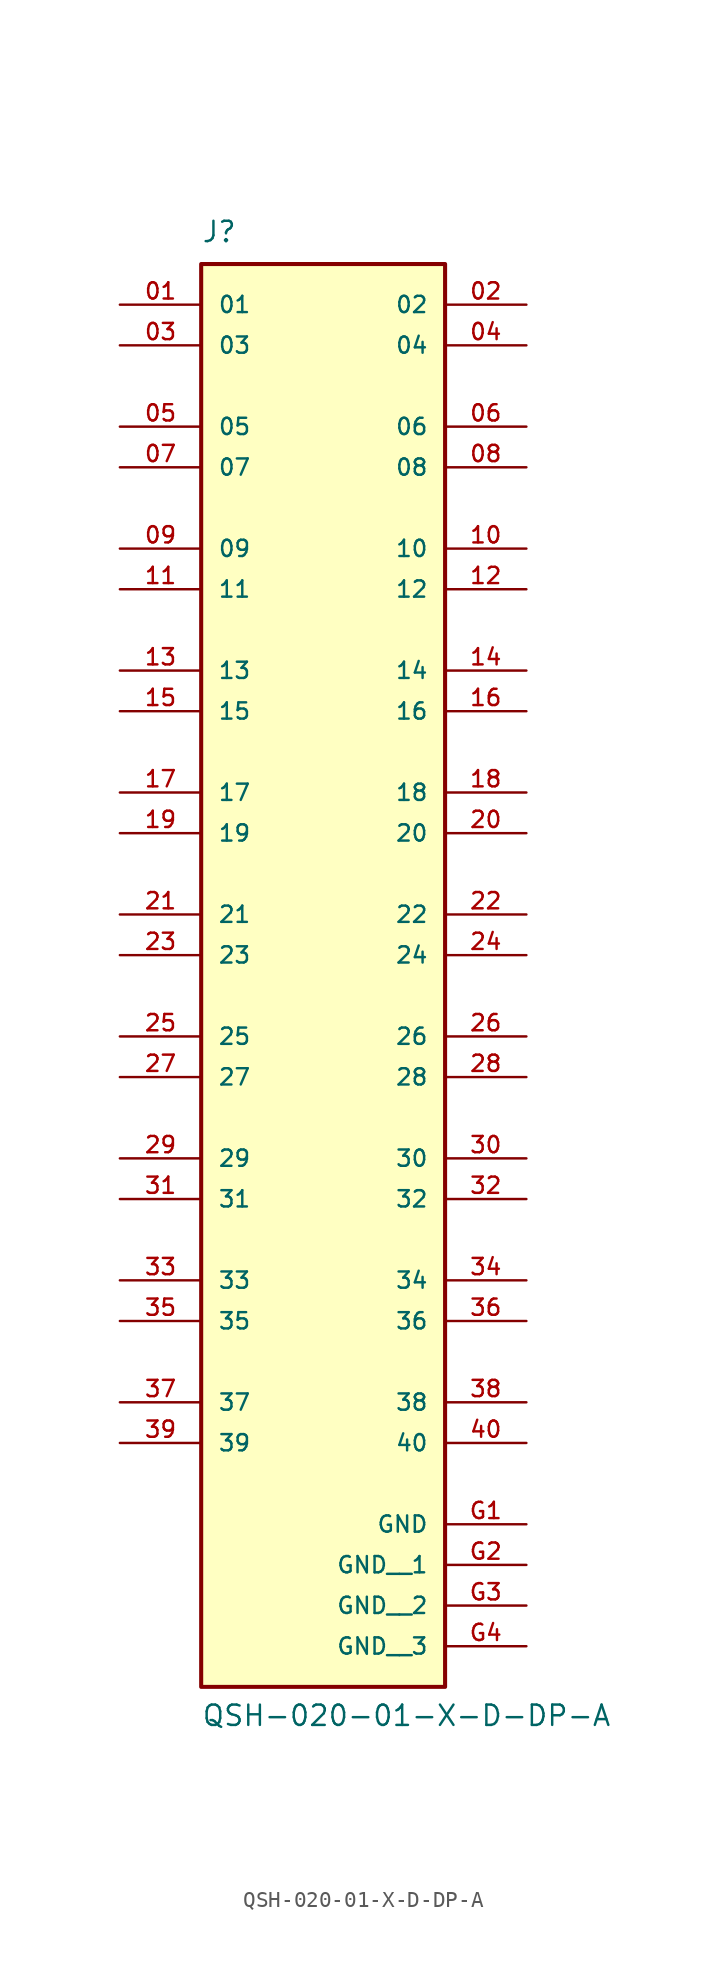
<source format=kicad_sym>
(kicad_symbol_lib
  (version 20211014)
  (generator kicad_symbol_editor)
  (symbol "QSH-020-01-X-D-DP-A"
    (pin_names
      (offset 1.016))
    (property "Reference" "J"
      (at -7.62 41.91 0)
      (effects (font (size 1.27 1.27)) (justify bottom left)))
    (property "Value" "QSH-020-01-X-D-DP-A"
      (at -7.62 -50.8 0)
      (effects (font (size 1.27 1.27)) (justify bottom left)))
    (symbol "QSH-020-01-X-D-DP-A_0_0"
      (rectangle (start -7.62 -48.26) (end 7.62 40.64) (stroke (width 0.254)) (fill (type background)))
      (pin passive line (at -12.7 38.1 0) (length 5.08) (name "01" (effects (font (size 1.016 1.016)))) (number "01" (effects (font (size 1.016 1.016)))))
      (pin passive line (at 12.7 38.1 180.0) (length 5.08) (name "02" (effects (font (size 1.016 1.016)))) (number "02" (effects (font (size 1.016 1.016)))))
      (pin passive line (at -12.7 35.56 0) (length 5.08) (name "03" (effects (font (size 1.016 1.016)))) (number "03" (effects (font (size 1.016 1.016)))))
      (pin passive line (at 12.7 35.56 180.0) (length 5.08) (name "04" (effects (font (size 1.016 1.016)))) (number "04" (effects (font (size 1.016 1.016)))))
      (pin power_in line (at 12.7 -38.1 180.0) (length 5.08) (name "GND" (effects (font (size 1.016 1.016)))) (number "G1" (effects (font (size 1.016 1.016)))))
      (pin passive line (at -12.7 30.48 0) (length 5.08) (name "05" (effects (font (size 1.016 1.016)))) (number "05" (effects (font (size 1.016 1.016)))))
      (pin passive line (at 12.7 30.48 180.0) (length 5.08) (name "06" (effects (font (size 1.016 1.016)))) (number "06" (effects (font (size 1.016 1.016)))))
      (pin passive line (at -12.7 27.94 0) (length 5.08) (name "07" (effects (font (size 1.016 1.016)))) (number "07" (effects (font (size 1.016 1.016)))))
      (pin passive line (at 12.7 27.94 180.0) (length 5.08) (name "08" (effects (font (size 1.016 1.016)))) (number "08" (effects (font (size 1.016 1.016)))))
      (pin passive line (at -12.7 22.86 0) (length 5.08) (name "09" (effects (font (size 1.016 1.016)))) (number "09" (effects (font (size 1.016 1.016)))))
      (pin passive line (at 12.7 22.86 180.0) (length 5.08) (name "10" (effects (font (size 1.016 1.016)))) (number "10" (effects (font (size 1.016 1.016)))))
      (pin passive line (at -12.7 20.32 0) (length 5.08) (name "11" (effects (font (size 1.016 1.016)))) (number "11" (effects (font (size 1.016 1.016)))))
      (pin passive line (at 12.7 20.32 180.0) (length 5.08) (name "12" (effects (font (size 1.016 1.016)))) (number "12" (effects (font (size 1.016 1.016)))))
      (pin passive line (at -12.7 15.24 0) (length 5.08) (name "13" (effects (font (size 1.016 1.016)))) (number "13" (effects (font (size 1.016 1.016)))))
      (pin passive line (at 12.7 15.24 180.0) (length 5.08) (name "14" (effects (font (size 1.016 1.016)))) (number "14" (effects (font (size 1.016 1.016)))))
      (pin passive line (at -12.7 12.7 0) (length 5.08) (name "15" (effects (font (size 1.016 1.016)))) (number "15" (effects (font (size 1.016 1.016)))))
      (pin passive line (at 12.7 12.7 180.0) (length 5.08) (name "16" (effects (font (size 1.016 1.016)))) (number "16" (effects (font (size 1.016 1.016)))))
      (pin passive line (at -12.7 7.62 0) (length 5.08) (name "17" (effects (font (size 1.016 1.016)))) (number "17" (effects (font (size 1.016 1.016)))))
      (pin passive line (at 12.7 7.62 180.0) (length 5.08) (name "18" (effects (font (size 1.016 1.016)))) (number "18" (effects (font (size 1.016 1.016)))))
      (pin passive line (at -12.7 5.08 0) (length 5.08) (name "19" (effects (font (size 1.016 1.016)))) (number "19" (effects (font (size 1.016 1.016)))))
      (pin passive line (at 12.7 5.08 180.0) (length 5.08) (name "20" (effects (font (size 1.016 1.016)))) (number "20" (effects (font (size 1.016 1.016)))))
      (pin passive line (at -12.7 0.0 0) (length 5.08) (name "21" (effects (font (size 1.016 1.016)))) (number "21" (effects (font (size 1.016 1.016)))))
      (pin passive line (at 12.7 0.0 180.0) (length 5.08) (name "22" (effects (font (size 1.016 1.016)))) (number "22" (effects (font (size 1.016 1.016)))))
      (pin passive line (at -12.7 -2.54 0) (length 5.08) (name "23" (effects (font (size 1.016 1.016)))) (number "23" (effects (font (size 1.016 1.016)))))
      (pin passive line (at 12.7 -2.54 180.0) (length 5.08) (name "24" (effects (font (size 1.016 1.016)))) (number "24" (effects (font (size 1.016 1.016)))))
      (pin passive line (at -12.7 -7.62 0) (length 5.08) (name "25" (effects (font (size 1.016 1.016)))) (number "25" (effects (font (size 1.016 1.016)))))
      (pin passive line (at 12.7 -7.62 180.0) (length 5.08) (name "26" (effects (font (size 1.016 1.016)))) (number "26" (effects (font (size 1.016 1.016)))))
      (pin passive line (at -12.7 -10.16 0) (length 5.08) (name "27" (effects (font (size 1.016 1.016)))) (number "27" (effects (font (size 1.016 1.016)))))
      (pin passive line (at 12.7 -10.16 180.0) (length 5.08) (name "28" (effects (font (size 1.016 1.016)))) (number "28" (effects (font (size 1.016 1.016)))))
      (pin passive line (at -12.7 -15.24 0) (length 5.08) (name "29" (effects (font (size 1.016 1.016)))) (number "29" (effects (font (size 1.016 1.016)))))
      (pin passive line (at 12.7 -15.24 180.0) (length 5.08) (name "30" (effects (font (size 1.016 1.016)))) (number "30" (effects (font (size 1.016 1.016)))))
      (pin passive line (at -12.7 -17.78 0) (length 5.08) (name "31" (effects (font (size 1.016 1.016)))) (number "31" (effects (font (size 1.016 1.016)))))
      (pin passive line (at 12.7 -17.78 180.0) (length 5.08) (name "32" (effects (font (size 1.016 1.016)))) (number "32" (effects (font (size 1.016 1.016)))))
      (pin passive line (at -12.7 -22.86 0) (length 5.08) (name "33" (effects (font (size 1.016 1.016)))) (number "33" (effects (font (size 1.016 1.016)))))
      (pin passive line (at 12.7 -22.86 180.0) (length 5.08) (name "34" (effects (font (size 1.016 1.016)))) (number "34" (effects (font (size 1.016 1.016)))))
      (pin passive line (at -12.7 -25.4 0) (length 5.08) (name "35" (effects (font (size 1.016 1.016)))) (number "35" (effects (font (size 1.016 1.016)))))
      (pin passive line (at 12.7 -25.4 180.0) (length 5.08) (name "36" (effects (font (size 1.016 1.016)))) (number "36" (effects (font (size 1.016 1.016)))))
      (pin passive line (at -12.7 -30.48 0) (length 5.08) (name "37" (effects (font (size 1.016 1.016)))) (number "37" (effects (font (size 1.016 1.016)))))
      (pin passive line (at 12.7 -30.48 180.0) (length 5.08) (name "38" (effects (font (size 1.016 1.016)))) (number "38" (effects (font (size 1.016 1.016)))))
      (pin passive line (at -12.7 -33.02 0) (length 5.08) (name "39" (effects (font (size 1.016 1.016)))) (number "39" (effects (font (size 1.016 1.016)))))
      (pin passive line (at 12.7 -33.02 180.0) (length 5.08) (name "40" (effects (font (size 1.016 1.016)))) (number "40" (effects (font (size 1.016 1.016)))))
      (pin power_in line (at 12.7 -40.64 180.0) (length 5.08) (name "GND__1" (effects (font (size 1.016 1.016)))) (number "G2" (effects (font (size 1.016 1.016)))))
      (pin power_in line (at 12.7 -43.18 180.0) (length 5.08) (name "GND__2" (effects (font (size 1.016 1.016)))) (number "G3" (effects (font (size 1.016 1.016)))))
      (pin power_in line (at 12.7 -45.72 180.0) (length 5.08) (name "GND__3" (effects (font (size 1.016 1.016)))) (number "G4" (effects (font (size 1.016 1.016))))))))
</source>
